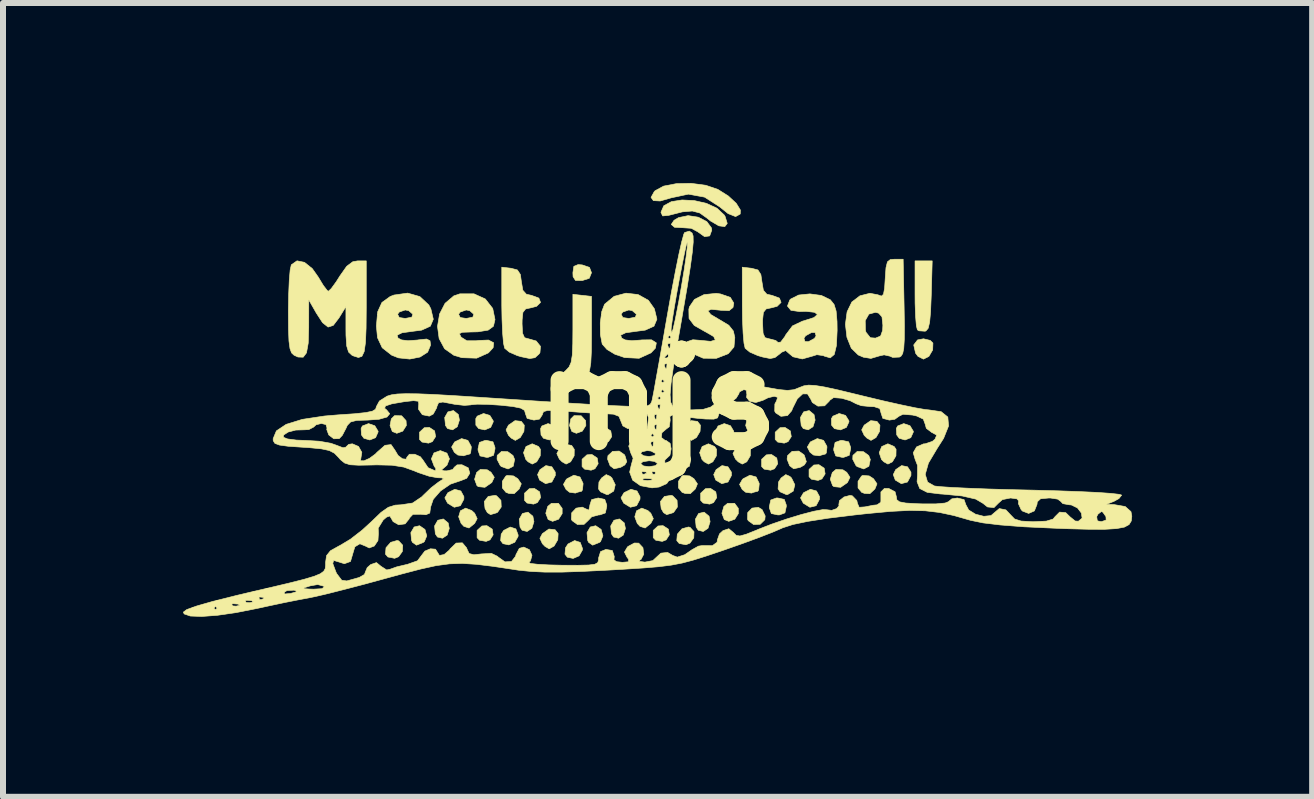
<source format=kicad_pcb>
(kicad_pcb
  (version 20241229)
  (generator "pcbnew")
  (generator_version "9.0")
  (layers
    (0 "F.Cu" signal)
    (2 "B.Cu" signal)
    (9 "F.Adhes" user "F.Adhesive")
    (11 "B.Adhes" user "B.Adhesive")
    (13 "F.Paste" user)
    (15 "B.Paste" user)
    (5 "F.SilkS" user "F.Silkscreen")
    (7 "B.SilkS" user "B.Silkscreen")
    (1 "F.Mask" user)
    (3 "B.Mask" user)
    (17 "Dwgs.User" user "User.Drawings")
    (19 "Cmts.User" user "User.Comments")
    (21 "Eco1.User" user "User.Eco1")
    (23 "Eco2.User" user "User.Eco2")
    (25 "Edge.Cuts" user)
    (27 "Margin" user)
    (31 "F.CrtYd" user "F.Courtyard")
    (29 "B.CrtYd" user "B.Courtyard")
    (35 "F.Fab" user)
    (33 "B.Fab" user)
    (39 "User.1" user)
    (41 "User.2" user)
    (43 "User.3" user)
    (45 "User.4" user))
  (footprint "mjs"
    (layer "F.Cu")
    (at 7.907 3.611)
    (property "Reference" "mjs" (at 0 0 0) (layer "F.SilkS") (effects (font (size 1.524 1.524) (thickness 0.3))))
    (attr through_hole)
    (fp_poly (pts (xy -4.265 0.267) (xy -4.191 0.348) (xy -4.186 0.429) (xy -4.246 0.523) (xy -4.345 0.559) (xy -4.42 0.529) (xy -4.458 0.43) (xy -4.437 0.319) (xy -4.383 0.265) (xy -4.265 0.267)) (stroke (width 0.01) (type solid)) (fill yes) (layer "F.SilkS"))
    (fp_poly (pts (xy -3.715 0.519) (xy -3.699 0.614) (xy -3.753 0.698) (xy -3.817 0.723) (xy -3.925 0.705) (xy -3.967 0.661) (xy -3.967 0.541) (xy -3.887 0.466) (xy -3.803 0.461) (xy -3.715 0.519)) (stroke (width 0.01) (type solid)) (fill yes) (layer "F.SilkS"))
    (fp_poly (pts (xy -3.489 2.053) (xy -3.471 2.145) (xy -3.506 2.255) (xy -3.585 2.307) (xy -3.668 2.287) (xy -3.703 2.234) (xy -3.716 2.103) (xy -3.662 2.008) (xy -3.57 1.986) (xy -3.489 2.053)) (stroke (width 0.01) (type solid)) (fill yes) (layer "F.SilkS"))
    (fp_poly (pts (xy -3.319 0.247) (xy -3.302 0.339) (xy -3.337 0.449) (xy -3.415 0.501) (xy -3.499 0.48) (xy -3.534 0.428) (xy -3.547 0.296) (xy -3.493 0.202) (xy -3.401 0.18) (xy -3.319 0.247)) (stroke (width 0.01) (type solid)) (fill yes) (layer "F.SilkS"))
    (fp_poly (pts (xy -2.755 2.156) (xy -2.74 2.251) (xy -2.793 2.335) (xy -2.857 2.36) (xy -2.966 2.341) (xy -3.007 2.298) (xy -3.007 2.177) (xy -2.927 2.103) (xy -2.844 2.098) (xy -2.755 2.156)) (stroke (width 0.01) (type solid)) (fill yes) (layer "F.SilkS"))
    (fp_poly (pts (xy -2.078 1.941) (xy -2.06 2.032) (xy -2.095 2.142) (xy -2.174 2.195) (xy -2.257 2.174) (xy -2.292 2.121) (xy -2.305 1.99) (xy -2.251 1.895) (xy -2.159 1.873) (xy -2.078 1.941)) (stroke (width 0.01) (type solid)) (fill yes) (layer "F.SilkS"))
    (fp_poly (pts (xy -1.965 1.535) (xy -1.949 1.63) (xy -2.003 1.714) (xy -2.067 1.739) (xy -2.175 1.721) (xy -2.217 1.677) (xy -2.217 1.557) (xy -2.137 1.482) (xy -2.053 1.477) (xy -1.965 1.535)) (stroke (width 0.01) (type solid)) (fill yes) (layer "F.SilkS"))
    (fp_poly (pts (xy -1.762 1.117) (xy -1.705 1.206) (xy -1.704 1.262) (xy -1.762 1.371) (xy -1.866 1.398) (xy -1.966 1.338) (xy -2 1.247) (xy -1.959 1.164) (xy -1.861 1.097) (xy -1.762 1.117)) (stroke (width 0.01) (type solid)) (fill yes) (layer "F.SilkS"))
    (fp_poly (pts (xy -1.59 1.809) (xy -1.59 1.898) (xy -1.65 1.991) (xy -1.749 2.026) (xy -1.823 1.996) (xy -1.863 1.891) (xy -1.83 1.777) (xy -1.769 1.726) (xy -1.653 1.725) (xy -1.59 1.809)) (stroke (width 0.01) (type solid)) (fill yes) (layer "F.SilkS"))
    (fp_poly (pts (xy -1.273 0.267) (xy -1.199 0.348) (xy -1.195 0.429) (xy -1.254 0.523) (xy -1.353 0.559) (xy -1.428 0.529) (xy -1.467 0.43) (xy -1.446 0.319) (xy -1.392 0.265) (xy -1.273 0.267)) (stroke (width 0.01) (type solid)) (fill yes) (layer "F.SilkS"))
    (fp_poly (pts (xy -1.006 0.971) (xy -0.99 1.066) (xy -1.044 1.15) (xy -1.108 1.174) (xy -1.216 1.156) (xy -1.258 1.113) (xy -1.258 0.992) (xy -1.177 0.918) (xy -1.094 0.912) (xy -1.006 0.971)) (stroke (width 0.01) (type solid)) (fill yes) (layer "F.SilkS"))
    (fp_poly (pts (xy -0.78 0.519) (xy -0.764 0.614) (xy -0.818 0.698) (xy -0.882 0.723) (xy -0.99 0.705) (xy -1.032 0.661) (xy -1.032 0.541) (xy -0.952 0.466) (xy -0.868 0.461) (xy -0.78 0.519)) (stroke (width 0.01) (type solid)) (fill yes) (layer "F.SilkS"))
    (fp_poly (pts (xy -0.554 2.053) (xy -0.536 2.145) (xy -0.571 2.255) (xy -0.65 2.307) (xy -0.733 2.287) (xy -0.768 2.234) (xy -0.781 2.103) (xy -0.727 2.008) (xy -0.635 1.986) (xy -0.554 2.053)) (stroke (width 0.01) (type solid)) (fill yes) (layer "F.SilkS"))
    (fp_poly (pts (xy 0.18 2.156) (xy 0.196 2.251) (xy 0.142 2.335) (xy 0.078 2.36) (xy -0.03 2.341) (xy -0.072 2.298) (xy -0.072 2.177) (xy 0.008 2.103) (xy 0.091 2.098) (xy 0.18 2.156)) (stroke (width 0.01) (type solid)) (fill yes) (layer "F.SilkS"))
    (fp_poly (pts (xy 0.858 1.941) (xy 0.875 2.032) (xy 0.84 2.142) (xy 0.761 2.195) (xy 0.678 2.174) (xy 0.643 2.121) (xy 0.63 1.99) (xy 0.684 1.895) (xy 0.776 1.873) (xy 0.858 1.941)) (stroke (width 0.01) (type solid)) (fill yes) (layer "F.SilkS"))
    (fp_poly (pts (xy 0.97 1.535) (xy 0.986 1.63) (xy 0.932 1.714) (xy 0.868 1.739) (xy 0.76 1.721) (xy 0.718 1.677) (xy 0.718 1.557) (xy 0.798 1.482) (xy 0.882 1.477) (xy 0.97 1.535)) (stroke (width 0.01) (type solid)) (fill yes) (layer "F.SilkS"))
    (fp_poly (pts (xy 1.173 1.117) (xy 1.23 1.206) (xy 1.231 1.262) (xy 1.173 1.371) (xy 1.07 1.398) (xy 0.969 1.338) (xy 0.935 1.247) (xy 0.976 1.164) (xy 1.074 1.097) (xy 1.173 1.117)) (stroke (width 0.01) (type solid)) (fill yes) (layer "F.SilkS"))
    (fp_poly (pts (xy 1.345 1.809) (xy 1.345 1.898) (xy 1.286 1.991) (xy 1.186 2.026) (xy 1.112 1.996) (xy 1.072 1.891) (xy 1.105 1.777) (xy 1.167 1.726) (xy 1.283 1.725) (xy 1.345 1.809)) (stroke (width 0.01) (type solid)) (fill yes) (layer "F.SilkS"))
    (fp_poly (pts (xy 1.662 0.267) (xy 1.736 0.348) (xy 1.741 0.429) (xy 1.681 0.523) (xy 1.582 0.559) (xy 1.507 0.529) (xy 1.468 0.43) (xy 1.49 0.319) (xy 1.543 0.265) (xy 1.662 0.267)) (stroke (width 0.01) (type solid)) (fill yes) (layer "F.SilkS"))
    (fp_poly (pts (xy 1.986 0.971) (xy 2.002 1.066) (xy 1.948 1.15) (xy 1.884 1.174) (xy 1.776 1.156) (xy 1.734 1.113) (xy 1.734 0.992) (xy 1.814 0.918) (xy 1.898 0.912) (xy 1.986 0.971)) (stroke (width 0.01) (type solid)) (fill yes) (layer "F.SilkS"))
    (fp_poly (pts (xy 2.212 0.519) (xy 2.228 0.614) (xy 2.174 0.698) (xy 2.11 0.723) (xy 2.002 0.705) (xy 1.96 0.661) (xy 1.96 0.541) (xy 2.04 0.466) (xy 2.123 0.461) (xy 2.212 0.519)) (stroke (width 0.01) (type solid)) (fill yes) (layer "F.SilkS"))
    (fp_poly (pts (xy 2.607 0.247) (xy 2.625 0.339) (xy 2.59 0.449) (xy 2.511 0.501) (xy 2.428 0.48) (xy 2.393 0.428) (xy 2.38 0.296) (xy 2.434 0.202) (xy 2.526 0.18) (xy 2.607 0.247)) (stroke (width 0.01) (type solid)) (fill yes) (layer "F.SilkS"))
    (fp_poly (pts (xy 2.776 1.14) (xy 2.792 1.235) (xy 2.738 1.319) (xy 2.674 1.344) (xy 2.566 1.325) (xy 2.524 1.282) (xy 2.524 1.161) (xy 2.604 1.087) (xy 2.688 1.082) (xy 2.776 1.14)) (stroke (width 0.01) (type solid)) (fill yes) (layer "F.SilkS"))
    (fp_poly (pts (xy 4.165 1.117) (xy 4.222 1.206) (xy 4.222 1.262) (xy 4.164 1.371) (xy 4.061 1.398) (xy 3.961 1.338) (xy 3.927 1.247) (xy 3.968 1.164) (xy 4.066 1.097) (xy 4.165 1.117)) (stroke (width 0.01) (type solid)) (fill yes) (layer "F.SilkS"))
    (fp_poly (pts (xy -4.712 0.433) (xy -4.657 0.524) (xy -4.657 0.537) (xy -4.699 0.632) (xy -4.795 0.67) (xy -4.893 0.642) (xy -4.934 0.586) (xy -4.94 0.479) (xy -4.919 0.437) (xy -4.816 0.397) (xy -4.712 0.433)) (stroke (width 0.01) (type solid)) (fill yes) (layer "F.SilkS"))
    (fp_poly (pts (xy -4.313 2.352) (xy -4.247 2.424) (xy -4.252 2.527) (xy -4.315 2.615) (xy -4.381 2.642) (xy -4.493 2.62) (xy -4.534 2.573) (xy -4.525 2.465) (xy -4.447 2.376) (xy -4.34 2.345) (xy -4.313 2.352)) (stroke (width 0.01) (type solid)) (fill yes) (layer "F.SilkS"))
    (fp_poly (pts (xy -3.876 2.161) (xy -3.846 2.268) (xy -3.886 2.364) (xy -3.903 2.377) (xy -4.017 2.423) (xy -4.085 2.375) (xy -4.1 2.342) (xy -4.111 2.214) (xy -4.056 2.12) (xy -3.966 2.099) (xy -3.876 2.161)) (stroke (width 0.01) (type solid)) (fill yes) (layer "F.SilkS"))
    (fp_poly (pts (xy -3.097 1.846) (xy -3.048 1.891) (xy -3.006 1.981) (xy -3.048 2.06) (xy -3.142 2.137) (xy -3.228 2.109) (xy -3.273 2.061) (xy -3.315 1.95) (xy -3.285 1.85) (xy -3.198 1.806) (xy -3.097 1.846)) (stroke (width 0.01) (type solid)) (fill yes) (layer "F.SilkS"))
    (fp_poly (pts (xy -2.795 0.261) (xy -2.739 0.351) (xy -2.738 0.368) (xy -2.781 0.461) (xy -2.879 0.502) (xy -2.98 0.481) (xy -3.028 0.423) (xy -3.029 0.314) (xy -3.005 0.273) (xy -2.9 0.229) (xy -2.795 0.261)) (stroke (width 0.01) (type solid)) (fill yes) (layer "F.SilkS"))
    (fp_poly (pts (xy -2.497 0.865) (xy -2.409 0.929) (xy -2.382 0.995) (xy -2.405 1.108) (xy -2.491 1.153) (xy -2.601 1.114) (xy -2.621 1.097) (xy -2.675 0.992) (xy -2.672 0.927) (xy -2.6 0.861) (xy -2.497 0.865)) (stroke (width 0.01) (type solid)) (fill yes) (layer "F.SilkS"))
    (fp_poly (pts (xy -2.361 2.152) (xy -2.323 2.254) (xy -2.325 2.279) (xy -2.38 2.375) (xy -2.479 2.418) (xy -2.576 2.398) (xy -2.615 2.347) (xy -2.606 2.241) (xy -2.564 2.177) (xy -2.454 2.121) (xy -2.361 2.152)) (stroke (width 0.01) (type solid)) (fill yes) (layer "F.SilkS"))
    (fp_poly (pts (xy -1.72 0.433) (xy -1.666 0.524) (xy -1.665 0.537) (xy -1.708 0.632) (xy -1.803 0.67) (xy -1.901 0.642) (xy -1.942 0.586) (xy -1.949 0.479) (xy -1.927 0.437) (xy -1.825 0.397) (xy -1.72 0.433)) (stroke (width 0.01) (type solid)) (fill yes) (layer "F.SilkS"))
    (fp_poly (pts (xy -1.431 0.762) (xy -1.388 0.826) (xy -1.39 0.934) (xy -1.449 1.034) (xy -1.524 1.072) (xy -1.591 1.034) (xy -1.637 0.988) (xy -1.679 0.897) (xy -1.637 0.818) (xy -1.528 0.741) (xy -1.431 0.762)) (stroke (width 0.01) (type solid)) (fill yes) (layer "F.SilkS"))
    (fp_poly (pts (xy -1.289 2.377) (xy -1.251 2.479) (xy -1.253 2.505) (xy -1.308 2.601) (xy -1.407 2.644) (xy -1.504 2.623) (xy -1.543 2.573) (xy -1.534 2.467) (xy -1.492 2.403) (xy -1.382 2.346) (xy -1.289 2.377)) (stroke (width 0.01) (type solid)) (fill yes) (layer "F.SilkS"))
    (fp_poly (pts (xy -1.256 -2.247) (xy -1.135 -2.206) (xy -1.101 -2.117) (xy -1.138 -2.024) (xy -1.256 -1.986) (xy -1.368 -1.988) (xy -1.408 -2.051) (xy -1.411 -2.117) (xy -1.395 -2.223) (xy -1.325 -2.252) (xy -1.256 -2.247)) (stroke (width 0.01) (type solid)) (fill yes) (layer "F.SilkS"))
    (fp_poly (pts (xy -0.941 2.161) (xy -0.911 2.268) (xy -0.951 2.364) (xy -0.968 2.377) (xy -1.082 2.423) (xy -1.15 2.375) (xy -1.165 2.342) (xy -1.176 2.214) (xy -1.121 2.12) (xy -1.031 2.099) (xy -0.941 2.161)) (stroke (width 0.01) (type solid)) (fill yes) (layer "F.SilkS"))
    (fp_poly (pts (xy -0.162 1.846) (xy -0.113 1.891) (xy -0.071 1.981) (xy -0.113 2.06) (xy -0.207 2.137) (xy -0.293 2.109) (xy -0.338 2.061) (xy -0.38 1.95) (xy -0.35 1.85) (xy -0.263 1.806) (xy -0.162 1.846)) (stroke (width 0.01) (type solid)) (fill yes) (layer "F.SilkS"))
    (fp_poly (pts (xy 0.438 0.865) (xy 0.527 0.929) (xy 0.553 0.995) (xy 0.53 1.108) (xy 0.444 1.153) (xy 0.334 1.114) (xy 0.314 1.097) (xy 0.26 0.992) (xy 0.264 0.927) (xy 0.335 0.861) (xy 0.438 0.865)) (stroke (width 0.01) (type solid)) (fill yes) (layer "F.SilkS"))
    (fp_poly (pts (xy 0.541 2.126) (xy 0.607 2.198) (xy 0.603 2.301) (xy 0.539 2.389) (xy 0.473 2.416) (xy 0.361 2.395) (xy 0.32 2.347) (xy 0.329 2.24) (xy 0.407 2.15) (xy 0.514 2.12) (xy 0.541 2.126)) (stroke (width 0.01) (type solid)) (fill yes) (layer "F.SilkS"))
    (fp_poly (pts (xy 1.215 0.433) (xy 1.269 0.524) (xy 1.27 0.537) (xy 1.227 0.632) (xy 1.132 0.67) (xy 1.034 0.642) (xy 0.993 0.586) (xy 0.986 0.479) (xy 1.008 0.437) (xy 1.111 0.397) (xy 1.215 0.433)) (stroke (width 0.01) (type solid)) (fill yes) (layer "F.SilkS"))
    (fp_poly (pts (xy 1.504 0.762) (xy 1.547 0.826) (xy 1.545 0.934) (xy 1.486 1.034) (xy 1.411 1.072) (xy 1.344 1.034) (xy 1.298 0.988) (xy 1.256 0.897) (xy 1.298 0.818) (xy 1.407 0.741) (xy 1.504 0.762)) (stroke (width 0.01) (type solid)) (fill yes) (layer "F.SilkS"))
    (fp_poly (pts (xy 1.741 1.83) (xy 1.793 1.936) (xy 1.787 1.999) (xy 1.71 2.075) (xy 1.6 2.079) (xy 1.511 2.015) (xy 1.499 1.991) (xy 1.502 1.88) (xy 1.575 1.805) (xy 1.679 1.793) (xy 1.741 1.83)) (stroke (width 0.01) (type solid)) (fill yes) (layer "F.SilkS"))
    (fp_poly (pts (xy 3.132 0.261) (xy 3.188 0.351) (xy 3.189 0.368) (xy 3.146 0.461) (xy 3.048 0.502) (xy 2.947 0.481) (xy 2.899 0.423) (xy 2.897 0.314) (xy 2.922 0.273) (xy 3.026 0.229) (xy 3.132 0.261)) (stroke (width 0.01) (type solid)) (fill yes) (layer "F.SilkS"))
    (fp_poly (pts (xy 3.43 0.865) (xy 3.518 0.929) (xy 3.545 0.995) (xy 3.521 1.108) (xy 3.436 1.153) (xy 3.326 1.114) (xy 3.306 1.097) (xy 3.252 0.992) (xy 3.255 0.927) (xy 3.327 0.861) (xy 3.43 0.865)) (stroke (width 0.01) (type solid)) (fill yes) (layer "F.SilkS"))
    (fp_poly (pts (xy 4.206 0.433) (xy 4.261 0.524) (xy 4.262 0.537) (xy 4.219 0.632) (xy 4.124 0.67) (xy 4.026 0.642) (xy 3.985 0.586) (xy 3.978 0.479) (xy 4 0.437) (xy 4.102 0.397) (xy 4.206 0.433)) (stroke (width 0.01) (type solid)) (fill yes) (layer "F.SilkS"))
    (fp_poly (pts (xy 4.543 -0.989) (xy 4.588 -0.945) (xy 4.584 -0.83) (xy 4.521 -0.723) (xy 4.431 -0.677) (xy 4.34 -0.722) (xy 4.299 -0.776) (xy 4.268 -0.913) (xy 4.332 -0.997) (xy 4.431 -1.016) (xy 4.543 -0.989)) (stroke (width 0.01) (type solid)) (fill yes) (layer "F.SilkS"))
    (fp_poly (pts (xy -3.278 1.52) (xy -3.227 1.615) (xy -3.228 1.658) (xy -3.286 1.766) (xy -3.388 1.791) (xy -3.498 1.724) (xy -3.5 1.721) (xy -3.545 1.635) (xy -3.497 1.553) (xy -3.491 1.547) (xy -3.379 1.492) (xy -3.278 1.52)) (stroke (width 0.01) (type solid)) (fill yes) (layer "F.SilkS"))
    (fp_poly (pts (xy -2.838 1.167) (xy -2.775 1.209) (xy -2.721 1.292) (xy -2.761 1.377) (xy -2.763 1.38) (xy -2.877 1.459) (xy -2.987 1.448) (xy -3.01 1.43) (xy -3.049 1.325) (xy -3.015 1.212) (xy -2.953 1.161) (xy -2.838 1.167)) (stroke (width 0.01) (type solid)) (fill yes) (layer "F.SilkS"))
    (fp_poly (pts (xy -2.682 1.601) (xy -2.61 1.677) (xy -2.605 1.787) (xy -2.666 1.875) (xy -2.686 1.885) (xy -2.783 1.914) (xy -2.836 1.881) (xy -2.875 1.812) (xy -2.888 1.696) (xy -2.822 1.611) (xy -2.708 1.593) (xy -2.682 1.601)) (stroke (width 0.01) (type solid)) (fill yes) (layer "F.SilkS"))
    (fp_poly (pts (xy -2.271 0.36) (xy -2.221 0.424) (xy -2.227 0.527) (xy -2.288 0.63) (xy -2.37 0.677) (xy -2.371 0.677) (xy -2.438 0.639) (xy -2.484 0.593) (xy -2.525 0.502) (xy -2.484 0.423) (xy -2.375 0.348) (xy -2.271 0.36)) (stroke (width 0.01) (type solid)) (fill yes) (layer "F.SilkS"))
    (fp_poly (pts (xy -1.984 0.779) (xy -1.952 0.826) (xy -1.955 0.934) (xy -2.014 1.034) (xy -2.088 1.072) (xy -2.157 1.034) (xy -2.195 0.995) (xy -2.234 0.882) (xy -2.192 0.779) (xy -2.09 0.734) (xy -2.088 0.734) (xy -1.984 0.779)) (stroke (width 0.01) (type solid)) (fill yes) (layer "F.SilkS"))
    (fp_poly (pts (xy -1.707 2.166) (xy -1.657 2.23) (xy -1.663 2.333) (xy -1.724 2.437) (xy -1.806 2.484) (xy -1.806 2.484) (xy -1.874 2.445) (xy -1.919 2.399) (xy -1.961 2.309) (xy -1.919 2.23) (xy -1.81 2.154) (xy -1.707 2.166)) (stroke (width 0.01) (type solid)) (fill yes) (layer "F.SilkS"))
    (fp_poly (pts (xy -0.787 1.278) (xy -0.76 1.304) (xy -0.705 1.416) (xy -0.731 1.522) (xy -0.824 1.579) (xy -0.847 1.58) (xy -0.951 1.534) (xy -0.984 1.486) (xy -0.977 1.371) (xy -0.933 1.304) (xy -0.856 1.247) (xy -0.787 1.278)) (stroke (width 0.01) (type solid)) (fill yes) (layer "F.SilkS"))
    (fp_poly (pts (xy -0.552 0.916) (xy -0.542 0.936) (xy -0.513 1.033) (xy -0.546 1.086) (xy -0.615 1.126) (xy -0.724 1.15) (xy -0.791 1.1) (xy -0.833 0.99) (xy -0.827 0.932) (xy -0.75 0.86) (xy -0.64 0.855) (xy -0.552 0.916)) (stroke (width 0.01) (type solid)) (fill yes) (layer "F.SilkS"))
    (fp_poly (pts (xy -0.343 1.52) (xy -0.292 1.615) (xy -0.293 1.658) (xy -0.35 1.766) (xy -0.453 1.791) (xy -0.563 1.724) (xy -0.565 1.721) (xy -0.61 1.635) (xy -0.562 1.553) (xy -0.556 1.547) (xy -0.444 1.492) (xy -0.343 1.52)) (stroke (width 0.01) (type solid)) (fill yes) (layer "F.SilkS"))
    (fp_poly (pts (xy 0.253 1.601) (xy 0.325 1.677) (xy 0.33 1.787) (xy 0.269 1.875) (xy 0.249 1.885) (xy 0.152 1.914) (xy 0.099 1.881) (xy 0.06 1.812) (xy 0.047 1.696) (xy 0.114 1.611) (xy 0.227 1.593) (xy 0.253 1.601)) (stroke (width 0.01) (type solid)) (fill yes) (layer "F.SilkS"))
    (fp_poly (pts (xy 0.664 0.36) (xy 0.714 0.424) (xy 0.708 0.527) (xy 0.647 0.63) (xy 0.565 0.677) (xy 0.564 0.677) (xy 0.497 0.639) (xy 0.452 0.593) (xy 0.41 0.502) (xy 0.452 0.423) (xy 0.561 0.348) (xy 0.664 0.36)) (stroke (width 0.01) (type solid)) (fill yes) (layer "F.SilkS"))
    (fp_poly (pts (xy 0.951 0.779) (xy 0.983 0.826) (xy 0.98 0.934) (xy 0.921 1.034) (xy 0.847 1.072) (xy 0.778 1.034) (xy 0.74 0.995) (xy 0.701 0.882) (xy 0.743 0.779) (xy 0.846 0.734) (xy 0.847 0.734) (xy 0.951 0.779)) (stroke (width 0.01) (type solid)) (fill yes) (layer "F.SilkS"))
    (fp_poly (pts (xy 2.205 1.278) (xy 2.232 1.304) (xy 2.287 1.416) (xy 2.261 1.522) (xy 2.168 1.579) (xy 2.145 1.58) (xy 2.041 1.534) (xy 2.008 1.486) (xy 2.015 1.371) (xy 2.058 1.304) (xy 2.136 1.247) (xy 2.205 1.278)) (stroke (width 0.01) (type solid)) (fill yes) (layer "F.SilkS"))
    (fp_poly (pts (xy 2.439 0.916) (xy 2.449 0.936) (xy 2.479 1.033) (xy 2.446 1.086) (xy 2.377 1.126) (xy 2.268 1.15) (xy 2.201 1.1) (xy 2.158 0.99) (xy 2.165 0.932) (xy 2.241 0.86) (xy 2.352 0.855) (xy 2.439 0.916)) (stroke (width 0.01) (type solid)) (fill yes) (layer "F.SilkS"))
    (fp_poly (pts (xy 2.648 1.52) (xy 2.699 1.615) (xy 2.698 1.658) (xy 2.641 1.766) (xy 2.538 1.791) (xy 2.429 1.724) (xy 2.427 1.721) (xy 2.382 1.635) (xy 2.43 1.553) (xy 2.436 1.547) (xy 2.547 1.492) (xy 2.648 1.52)) (stroke (width 0.01) (type solid)) (fill yes) (layer "F.SilkS"))
    (fp_poly (pts (xy 3.088 1.167) (xy 3.152 1.209) (xy 3.206 1.292) (xy 3.165 1.377) (xy 3.163 1.38) (xy 3.05 1.459) (xy 2.939 1.448) (xy 2.916 1.43) (xy 2.878 1.325) (xy 2.912 1.212) (xy 2.973 1.161) (xy 3.088 1.167)) (stroke (width 0.01) (type solid)) (fill yes) (layer "F.SilkS"))
    (fp_poly (pts (xy 3.655 0.36) (xy 3.705 0.424) (xy 3.699 0.527) (xy 3.639 0.63) (xy 3.556 0.677) (xy 3.556 0.677) (xy 3.489 0.639) (xy 3.443 0.593) (xy 3.401 0.502) (xy 3.443 0.423) (xy 3.552 0.348) (xy 3.655 0.36)) (stroke (width 0.01) (type solid)) (fill yes) (layer "F.SilkS"))
    (fp_poly (pts (xy 3.942 0.779) (xy 3.974 0.826) (xy 3.972 0.934) (xy 3.913 1.034) (xy 3.838 1.072) (xy 3.77 1.034) (xy 3.731 0.995) (xy 3.693 0.882) (xy 3.735 0.779) (xy 3.837 0.734) (xy 3.838 0.734) (xy 3.942 0.779)) (stroke (width 0.01) (type solid)) (fill yes) (layer "F.SilkS"))
    (fp_poly (pts (xy -2.743 0.701) (xy -2.71 0.792) (xy -2.709 0.818) (xy -2.733 0.926) (xy -2.824 0.959) (xy -2.85 0.96) (xy -2.958 0.936) (xy -2.991 0.844) (xy -2.992 0.818) (xy -2.968 0.711) (xy -2.876 0.678) (xy -2.85 0.677) (xy -2.743 0.701)) (stroke (width 0.01) (type solid)) (fill yes) (layer "F.SilkS"))
    (fp_poly (pts (xy -2.401 1.269) (xy -2.329 1.316) (xy -2.271 1.401) (xy -2.304 1.483) (xy -2.312 1.493) (xy -2.39 1.565) (xy -2.477 1.561) (xy -2.526 1.543) (xy -2.587 1.469) (xy -2.587 1.359) (xy -2.529 1.272) (xy -2.507 1.261) (xy -2.401 1.269)) (stroke (width 0.01) (type solid)) (fill yes) (layer "F.SilkS"))
    (fp_poly (pts (xy 0.535 1.269) (xy 0.606 1.316) (xy 0.664 1.401) (xy 0.631 1.483) (xy 0.623 1.493) (xy 0.545 1.565) (xy 0.458 1.561) (xy 0.409 1.543) (xy 0.348 1.469) (xy 0.348 1.359) (xy 0.406 1.272) (xy 0.428 1.261) (xy 0.535 1.269)) (stroke (width 0.01) (type solid)) (fill yes) (layer "F.SilkS"))
    (fp_poly (pts (xy 2.111 1.66) (xy 2.144 1.752) (xy 2.145 1.778) (xy 2.122 1.885) (xy 2.03 1.919) (xy 2.004 1.919) (xy 1.896 1.896) (xy 1.863 1.804) (xy 1.863 1.778) (xy 1.886 1.671) (xy 1.978 1.637) (xy 2.004 1.637) (xy 2.111 1.66)) (stroke (width 0.01) (type solid)) (fill yes) (layer "F.SilkS"))
    (fp_poly (pts (xy 3.184 0.701) (xy 3.217 0.792) (xy 3.217 0.818) (xy 3.194 0.926) (xy 3.102 0.959) (xy 3.076 0.96) (xy 2.969 0.936) (xy 2.936 0.844) (xy 2.935 0.818) (xy 2.958 0.711) (xy 3.05 0.678) (xy 3.076 0.677) (xy 3.184 0.701)) (stroke (width 0.01) (type solid)) (fill yes) (layer "F.SilkS"))
    (fp_poly (pts (xy 3.526 1.269) (xy 3.598 1.316) (xy 3.656 1.401) (xy 3.623 1.483) (xy 3.615 1.493) (xy 3.537 1.565) (xy 3.45 1.561) (xy 3.401 1.543) (xy 3.34 1.469) (xy 3.34 1.359) (xy 3.398 1.272) (xy 3.419 1.261) (xy 3.526 1.269)) (stroke (width 0.01) (type solid)) (fill yes) (layer "F.SilkS"))
    (fp_poly (pts (xy -3.161 0.677) (xy -3.106 0.776) (xy -3.104 0.796) (xy -3.115 0.885) (xy -3.128 0.903) (xy -3.195 0.921) (xy -3.232 0.934) (xy -3.329 0.921) (xy -3.387 0.875) (xy -3.432 0.788) (xy -3.384 0.707) (xy -3.378 0.701) (xy -3.266 0.647) (xy -3.161 0.677)) (stroke (width 0.01) (type solid)) (fill yes) (layer "F.SilkS"))
    (fp_poly (pts (xy -1.293 1.287) (xy -1.242 1.392) (xy -1.242 1.409) (xy -1.252 1.502) (xy -1.265 1.524) (xy -1.332 1.541) (xy -1.369 1.555) (xy -1.466 1.542) (xy -1.524 1.496) (xy -1.569 1.411) (xy -1.523 1.33) (xy -1.509 1.316) (xy -1.395 1.257) (xy -1.293 1.287)) (stroke (width 0.01) (type solid)) (fill yes) (layer "F.SilkS"))
    (fp_poly (pts (xy 1.642 1.287) (xy 1.693 1.392) (xy 1.693 1.409) (xy 1.684 1.502) (xy 1.67 1.524) (xy 1.603 1.541) (xy 1.566 1.555) (xy 1.469 1.542) (xy 1.411 1.496) (xy 1.366 1.411) (xy 1.412 1.33) (xy 1.426 1.316) (xy 1.54 1.257) (xy 1.642 1.287)) (stroke (width 0.01) (type solid)) (fill yes) (layer "F.SilkS"))
    (fp_poly (pts (xy 2.766 0.677) (xy 2.821 0.776) (xy 2.822 0.796) (xy 2.812 0.885) (xy 2.799 0.903) (xy 2.732 0.921) (xy 2.695 0.934) (xy 2.598 0.921) (xy 2.54 0.875) (xy 2.495 0.788) (xy 2.543 0.707) (xy 2.549 0.701) (xy 2.661 0.647) (xy 2.766 0.677)) (stroke (width 0.01) (type solid)) (fill yes) (layer "F.SilkS"))
    (fp_poly (pts (xy 4.56 -1.736) (xy 4.549 -1.467) (xy 4.533 -1.291) (xy 4.509 -1.191) (xy 4.472 -1.147) (xy 4.456 -1.142) (xy 4.356 -1.149) (xy 4.329 -1.165) (xy 4.312 -1.235) (xy 4.299 -1.391) (xy 4.291 -1.608) (xy 4.29 -1.759) (xy 4.29 -2.314) (xy 4.576 -2.314) (xy 4.56 -1.736)) (stroke (width 0.01) (type solid)) (fill yes) (layer "F.SilkS"))
    (fp_poly (pts (xy 0.678 -3.042) (xy 0.82 -2.969) (xy 0.898 -2.863) (xy 0.903 -2.825) (xy 0.868 -2.73) (xy 0.783 -2.718) (xy 0.68 -2.791) (xy 0.676 -2.795) (xy 0.562 -2.857) (xy 0.429 -2.866) (xy 0.282 -2.874) (xy 0.228 -2.921) (xy 0.275 -2.991) (xy 0.35 -3.035) (xy 0.509 -3.068) (xy 0.678 -3.042)) (stroke (width 0.01) (type solid)) (fill yes) (layer "F.SilkS"))
    (fp_poly (pts (xy -1.101 -1.722) (xy -1.101 -1.092) (xy -1.103 -0.808) (xy -1.113 -0.612) (xy -1.134 -0.483) (xy -1.168 -0.398) (xy -1.208 -0.344) (xy -1.351 -0.243) (xy -1.49 -0.242) (xy -1.578 -0.307) (xy -1.61 -0.384) (xy -1.556 -0.464) (xy -1.528 -0.489) (xy -1.475 -0.546) (xy -1.441 -0.623) (xy -1.421 -0.744) (xy -1.413 -0.933) (xy -1.411 -1.173) (xy -1.411 -1.757) (xy -1.101 -1.722)) (stroke (width 0.01) (type solid)) (fill yes) (layer "F.SilkS"))
    (fp_poly (pts (xy 0.611 -3.319) (xy 0.813 -3.273) (xy 0.989 -3.192) (xy 1.111 -3.078) (xy 1.125 -3.055) (xy 1.161 -2.938) (xy 1.12 -2.885) (xy 1.021 -2.898) (xy 0.882 -2.979) (xy 0.823 -3.027) (xy 0.704 -3.112) (xy 0.579 -3.145) (xy 0.414 -3.131) (xy 0.183 -3.072) (xy 0.084 -3.063) (xy 0.056 -3.124) (xy 0.104 -3.233) (xy 0.23 -3.301) (xy 0.408 -3.329) (xy 0.611 -3.319)) (stroke (width 0.01) (type solid)) (fill yes) (layer "F.SilkS"))
    (fp_poly (pts (xy 0.802 -3.574) (xy 1.003 -3.506) (xy 1.178 -3.396) (xy 1.311 -3.273) (xy 1.38 -3.161) (xy 1.377 -3.095) (xy 1.3 -3.052) (xy 1.175 -3.102) (xy 1.033 -3.216) (xy 0.784 -3.376) (xy 0.514 -3.426) (xy 0.224 -3.364) (xy 0.218 -3.362) (xy 0.044 -3.312) (xy -0.07 -3.318) (xy -0.109 -3.372) (xy -0.056 -3.467) (xy -0.041 -3.483) (xy 0.101 -3.56) (xy 0.313 -3.601) (xy 0.559 -3.606) (xy 0.802 -3.574)) (stroke (width 0.01) (type solid)) (fill yes) (layer "F.SilkS"))
    (fp_poly (pts (xy -0.88 1.66) (xy -0.847 1.752) (xy -0.847 1.778) (xy -0.87 1.886) (xy -0.962 1.919) (xy -0.982 1.919) (xy -1.099 1.951) (xy -1.149 2.004) (xy -1.225 2.076) (xy -1.335 2.079) (xy -1.424 2.015) (xy -1.436 1.991) (xy -1.431 1.884) (xy -1.357 1.806) (xy -1.255 1.789) (xy -1.204 1.814) (xy -1.146 1.84) (xy -1.129 1.769) (xy -1.129 1.757) (xy -1.099 1.664) (xy -0.992 1.637) (xy -0.988 1.637) (xy -0.88 1.66)) (stroke (width 0.01) (type solid)) (fill yes) (layer "F.SilkS"))
    (fp_poly (pts (xy -2.441 -2.191) (xy -2.336 -2.163) (xy -2.286 -2.087) (xy -2.269 -1.965) (xy -2.245 -1.824) (xy -2.187 -1.759) (xy -2.099 -1.739) (xy -1.978 -1.694) (xy -1.95 -1.622) (xy -2.016 -1.557) (xy -2.103 -1.534) (xy -2.199 -1.513) (xy -2.244 -1.456) (xy -2.257 -1.332) (xy -2.258 -1.266) (xy -2.25 -1.108) (xy -2.217 -1.034) (xy -2.152 -1.016) (xy -2.022 -0.979) (xy -1.951 -0.89) (xy -1.96 -0.784) (xy -1.976 -0.762) (xy -2.043 -0.701) (xy -2.13 -0.687) (xy -2.273 -0.717) (xy -2.338 -0.736) (xy -2.471 -0.794) (xy -2.548 -0.858) (xy -2.567 -0.942) (xy -2.582 -1.112) (xy -2.592 -1.343) (xy -2.596 -1.57) (xy -2.596 -2.209) (xy -2.441 -2.191)) (stroke (width 0.01) (type solid)) (fill yes) (layer "F.SilkS"))
    (fp_poly (pts (xy 1.049 -1.763) (xy 1.212 -1.706) (xy 1.27 -1.611) (xy 1.257 -1.538) (xy 1.192 -1.485) (xy 1.048 -1.491) (xy 1.046 -1.492) (xy 0.891 -1.507) (xy 0.838 -1.481) (xy 0.887 -1.42) (xy 1.032 -1.334) (xy 1.187 -1.241) (xy 1.263 -1.145) (xy 1.287 -1.036) (xy 1.273 -0.879) (xy 1.181 -0.771) (xy 1.176 -0.767) (xy 0.979 -0.69) (xy 0.761 -0.692) (xy 0.57 -0.774) (xy 0.562 -0.781) (xy 0.472 -0.888) (xy 0.485 -0.966) (xy 0.588 -1) (xy 0.713 -0.99) (xy 0.885 -0.973) (xy 0.961 -0.996) (xy 0.936 -1.052) (xy 0.804 -1.129) (xy 0.795 -1.133) (xy 0.611 -1.238) (xy 0.524 -1.354) (xy 0.521 -1.506) (xy 0.53 -1.547) (xy 0.615 -1.672) (xy 0.774 -1.752) (xy 0.977 -1.773) (xy 1.049 -1.763)) (stroke (width 0.01) (type solid)) (fill yes) (layer "F.SilkS"))
    (fp_poly (pts (xy -3.059 -1.765) (xy -2.87 -1.679) (xy -2.747 -1.521) (xy -2.709 -1.336) (xy -2.735 -1.225) (xy -2.823 -1.16) (xy -2.994 -1.132) (xy -3.116 -1.129) (xy -3.256 -1.124) (xy -3.303 -1.101) (xy -3.277 -1.049) (xy -3.271 -1.041) (xy -3.178 -0.983) (xy -3.023 -0.983) (xy -2.988 -0.988) (xy -2.817 -0.995) (xy -2.731 -0.95) (xy -2.74 -0.867) (xy -2.819 -0.781) (xy -3.015 -0.693) (xy -3.26 -0.701) (xy -3.393 -0.74) (xy -3.549 -0.85) (xy -3.64 -1.02) (xy -3.667 -1.223) (xy -3.633 -1.425) (xy -3.316 -1.425) (xy -3.288 -1.37) (xy -3.189 -1.355) (xy -3.079 -1.376) (xy -3.062 -1.425) (xy -3.131 -1.485) (xy -3.189 -1.496) (xy -3.288 -1.462) (xy -3.316 -1.425) (xy -3.633 -1.425) (xy -3.633 -1.428) (xy -3.541 -1.607) (xy -3.395 -1.731) (xy -3.294 -1.765) (xy -3.059 -1.765)) (stroke (width 0.01) (type solid)) (fill yes) (layer "F.SilkS"))
    (fp_poly (pts (xy -3.961 -1.719) (xy -3.812 -1.58) (xy -3.778 -1.515) (xy -3.737 -1.342) (xy -3.786 -1.226) (xy -3.931 -1.16) (xy -4.084 -1.14) (xy -4.258 -1.116) (xy -4.34 -1.076) (xy -4.324 -1.027) (xy -4.265 -0.997) (xy -4.157 -0.984) (xy -4.001 -0.995) (xy -3.983 -0.998) (xy -3.849 -1.012) (xy -3.792 -0.984) (xy -3.782 -0.912) (xy -3.831 -0.793) (xy -3.958 -0.712) (xy -4.13 -0.678) (xy -4.318 -0.698) (xy -4.431 -0.743) (xy -4.588 -0.866) (xy -4.667 -1.035) (xy -4.685 -1.228) (xy -4.668 -1.425) (xy -4.332 -1.425) (xy -4.304 -1.37) (xy -4.205 -1.355) (xy -4.095 -1.376) (xy -4.078 -1.425) (xy -4.147 -1.485) (xy -4.205 -1.496) (xy -4.304 -1.462) (xy -4.332 -1.425) (xy -4.668 -1.425) (xy -4.664 -1.465) (xy -4.593 -1.621) (xy -4.456 -1.72) (xy -4.393 -1.745) (xy -4.164 -1.777) (xy -3.961 -1.719)) (stroke (width 0.01) (type solid)) (fill yes) (layer "F.SilkS"))
    (fp_poly (pts (xy -0.325 -1.753) (xy -0.153 -1.657) (xy -0.053 -1.515) (xy -0.011 -1.342) (xy -0.06 -1.226) (xy -0.206 -1.16) (xy -0.359 -1.14) (xy -0.532 -1.116) (xy -0.615 -1.076) (xy -0.598 -1.027) (xy -0.539 -0.997) (xy -0.43 -0.984) (xy -0.276 -0.995) (xy -0.264 -0.997) (xy -0.101 -0.999) (xy -0.021 -0.948) (xy -0.036 -0.86) (xy -0.11 -0.781) (xy -0.308 -0.691) (xy -0.549 -0.703) (xy -0.711 -0.758) (xy -0.843 -0.838) (xy -0.921 -0.926) (xy -0.923 -0.93) (xy -0.953 -1.086) (xy -0.955 -1.282) (xy -0.936 -1.425) (xy -0.607 -1.425) (xy -0.579 -1.37) (xy -0.48 -1.355) (xy -0.37 -1.376) (xy -0.353 -1.425) (xy -0.422 -1.485) (xy -0.48 -1.496) (xy -0.579 -1.462) (xy -0.607 -1.425) (xy -0.936 -1.425) (xy -0.931 -1.467) (xy -0.883 -1.592) (xy -0.883 -1.592) (xy -0.723 -1.724) (xy -0.526 -1.776) (xy -0.325 -1.753)) (stroke (width 0.01) (type solid)) (fill yes) (layer "F.SilkS"))
    (fp_poly (pts (xy 4.108 -1.545) (xy 4.113 -1.226) (xy 4.111 -1.002) (xy 4.102 -0.856) (xy 4.084 -0.769) (xy 4.055 -0.725) (xy 4.03 -0.711) (xy 3.917 -0.706) (xy 3.873 -0.726) (xy 3.775 -0.748) (xy 3.697 -0.731) (xy 3.555 -0.689) (xy 3.43 -0.709) (xy 3.344 -0.746) (xy 3.228 -0.859) (xy 3.155 -1.041) (xy 3.13 -1.256) (xy 3.138 -1.319) (xy 3.46 -1.319) (xy 3.463 -1.162) (xy 3.472 -1.126) (xy 3.545 -1.034) (xy 3.631 -1.027) (xy 3.716 -1.062) (xy 3.75 -1.156) (xy 3.754 -1.242) (xy 3.739 -1.381) (xy 3.684 -1.443) (xy 3.631 -1.457) (xy 3.521 -1.427) (xy 3.46 -1.319) (xy 3.138 -1.319) (xy 3.158 -1.466) (xy 3.237 -1.629) (xy 3.372 -1.732) (xy 3.538 -1.774) (xy 3.67 -1.749) (xy 3.73 -1.727) (xy 3.764 -1.757) (xy 3.783 -1.859) (xy 3.793 -2.017) (xy 3.806 -2.201) (xy 3.83 -2.298) (xy 3.878 -2.336) (xy 3.951 -2.342) (xy 4.092 -2.342) (xy 4.108 -1.545)) (stroke (width 0.01) (type solid)) (fill yes) (layer "F.SilkS"))
    (fp_poly (pts (xy -5.884 -2.29) (xy -5.753 -2.185) (xy -5.655 -2.046) (xy -5.571 -1.907) (xy -5.505 -1.821) (xy -5.485 -1.808) (xy -5.437 -1.853) (xy -5.354 -1.967) (xy -5.294 -2.062) (xy -5.18 -2.224) (xy -5.078 -2.3) (xy -4.998 -2.314) (xy -4.854 -2.314) (xy -4.854 -1.529) (xy -4.857 -1.192) (xy -4.867 -0.954) (xy -4.889 -0.802) (xy -4.927 -0.723) (xy -4.985 -0.704) (xy -5.067 -0.73) (xy -5.094 -0.743) (xy -5.149 -0.795) (xy -5.18 -0.896) (xy -5.192 -1.072) (xy -5.193 -1.173) (xy -5.193 -1.552) (xy -5.308 -1.365) (xy -5.404 -1.239) (xy -5.49 -1.211) (xy -5.582 -1.284) (xy -5.686 -1.444) (xy -5.812 -1.665) (xy -5.813 -1.205) (xy -5.821 -0.944) (xy -5.85 -0.782) (xy -5.905 -0.709) (xy -5.992 -0.712) (xy -6.057 -0.742) (xy -6.098 -0.78) (xy -6.125 -0.852) (xy -6.142 -0.977) (xy -6.15 -1.175) (xy -6.152 -1.466) (xy -6.152 -1.484) (xy -6.147 -1.757) (xy -6.137 -1.992) (xy -6.122 -2.164) (xy -6.103 -2.248) (xy -6.103 -2.249) (xy -6.008 -2.315) (xy -5.884 -2.29)) (stroke (width 0.01) (type solid)) (fill yes) (layer "F.SilkS"))
    (fp_poly (pts (xy 1.566 -2.191) (xy 1.672 -2.163) (xy 1.721 -2.087) (xy 1.739 -1.965) (xy 1.763 -1.824) (xy 1.82 -1.759) (xy 1.908 -1.739) (xy 2.03 -1.694) (xy 2.058 -1.622) (xy 1.992 -1.557) (xy 1.905 -1.534) (xy 1.809 -1.513) (xy 1.763 -1.456) (xy 1.75 -1.332) (xy 1.75 -1.266) (xy 1.758 -1.108) (xy 1.79 -1.035) (xy 1.858 -1.016) (xy 1.859 -1.016) (xy 1.969 -0.988) (xy 2.006 -0.956) (xy 2.051 -0.96) (xy 2.1 -1.025) (xy 2.439 -1.025) (xy 2.456 -0.969) (xy 2.515 -0.968) (xy 2.614 -1.022) (xy 2.641 -1.064) (xy 2.624 -1.12) (xy 2.565 -1.12) (xy 2.466 -1.066) (xy 2.439 -1.025) (xy 2.1 -1.025) (xy 2.118 -1.048) (xy 2.136 -1.082) (xy 2.248 -1.231) (xy 2.415 -1.31) (xy 2.441 -1.317) (xy 2.606 -1.37) (xy 2.663 -1.42) (xy 2.616 -1.457) (xy 2.472 -1.473) (xy 2.362 -1.47) (xy 2.222 -1.49) (xy 2.164 -1.561) (xy 2.202 -1.661) (xy 2.218 -1.678) (xy 2.351 -1.745) (xy 2.538 -1.764) (xy 2.729 -1.738) (xy 2.875 -1.668) (xy 2.88 -1.664) (xy 2.941 -1.588) (xy 2.975 -1.478) (xy 2.99 -1.304) (xy 2.992 -1.154) (xy 2.98 -0.903) (xy 2.944 -0.754) (xy 2.877 -0.698) (xy 2.776 -0.728) (xy 2.764 -0.735) (xy 2.654 -0.751) (xy 2.589 -0.73) (xy 2.412 -0.68) (xy 2.257 -0.716) (xy 2.2 -0.763) (xy 2.135 -0.82) (xy 2.067 -0.792) (xy 2.034 -0.763) (xy 1.955 -0.703) (xy 1.876 -0.687) (xy 1.752 -0.712) (xy 1.67 -0.736) (xy 1.537 -0.794) (xy 1.459 -0.858) (xy 1.44 -0.942) (xy 1.425 -1.112) (xy 1.415 -1.343) (xy 1.412 -1.57) (xy 1.411 -2.209) (xy 1.566 -2.191)) (stroke (width 0.01) (type solid)) (fill yes) (layer "F.SilkS"))
    (fp_poly (pts (xy 0.575 -2.778) (xy 0.592 -2.73) (xy 0.594 -2.628) (xy 0.579 -2.461) (xy 0.546 -2.218) (xy 0.495 -1.89) (xy 0.422 -1.464) (xy 0.398 -1.322) (xy 0.32 -0.876) (xy 0.261 -0.529) (xy 0.224 -0.269) (xy 0.209 -0.083) (xy 0.219 0.041) (xy 0.255 0.116) (xy 0.318 0.154) (xy 0.411 0.167) (xy 0.535 0.169) (xy 0.591 0.168) (xy 0.76 0.16) (xy 0.884 0.122) (xy 1.007 0.031) (xy 1.109 -0.065) (xy 1.348 -0.299) (xy 1.78 -0.213) (xy 2.011 -0.171) (xy 2.165 -0.156) (xy 2.274 -0.168) (xy 2.37 -0.206) (xy 2.437 -0.232) (xy 2.517 -0.244) (xy 2.626 -0.238) (xy 2.785 -0.212) (xy 3.01 -0.163) (xy 3.32 -0.088) (xy 3.447 -0.057) (xy 3.764 0.019) (xy 4.054 0.084) (xy 4.293 0.134) (xy 4.46 0.163) (xy 4.521 0.169) (xy 4.726 0.199) (xy 4.836 0.288) (xy 4.849 0.436) (xy 4.766 0.643) (xy 4.657 0.814) (xy 4.513 1.056) (xy 4.46 1.243) (xy 4.499 1.372) (xy 4.614 1.437) (xy 4.711 1.448) (xy 4.905 1.461) (xy 5.177 1.474) (xy 5.511 1.487) (xy 5.891 1.498) (xy 6.251 1.506) (xy 6.66 1.517) (xy 7.023 1.53) (xy 7.325 1.544) (xy 7.553 1.56) (xy 7.693 1.576) (xy 7.733 1.589) (xy 7.687 1.647) (xy 7.606 1.692) (xy 7.479 1.743) (xy 7.601 1.746) (xy 7.792 1.779) (xy 7.888 1.864) (xy 7.902 1.94) (xy 7.893 2.02) (xy 7.856 2.08) (xy 7.779 2.122) (xy 7.648 2.147) (xy 7.449 2.159) (xy 7.171 2.158) (xy 6.798 2.148) (xy 6.604 2.14) (xy 6.108 2.117) (xy 5.717 2.087) (xy 5.424 2.052) (xy 5.22 2.01) (xy 5.201 2.005) (xy 4.936 1.929) (xy 4.697 1.878) (xy 4.459 1.85) (xy 4.197 1.844) (xy 3.886 1.86) (xy 3.5 1.896) (xy 3.281 1.92) (xy 2.84 1.974) (xy 2.501 2.027) (xy 2.253 2.079) (xy 2.084 2.134) (xy 2.058 2.146) (xy 1.916 2.207) (xy 1.695 2.293) (xy 1.423 2.393) (xy 1.127 2.497) (xy 1.066 2.518) (xy 0.804 2.606) (xy 0.594 2.672) (xy 0.409 2.721) (xy 0.226 2.756) (xy 0.019 2.782) (xy -0.236 2.803) (xy -0.565 2.824) (xy -0.807 2.838) (xy -1.247 2.86) (xy -1.596 2.872) (xy -1.876 2.872) (xy -2.109 2.861) (xy -2.318 2.84) (xy -2.388 2.829) (xy -2.741 2.776) (xy -3.02 2.742) (xy -3.254 2.727) (xy -3.468 2.734) (xy -3.691 2.764) (xy -3.949 2.821) (xy -4.27 2.905) (xy -4.544 2.98) (xy -4.885 3.073) (xy -5.206 3.157) (xy -5.485 3.228) (xy -5.698 3.278) (xy -5.814 3.302) (xy -5.977 3.332) (xy -6.214 3.379) (xy -6.487 3.437) (xy -6.671 3.477) (xy -7.024 3.547) (xy -7.337 3.592) (xy -7.596 3.611) (xy -7.785 3.604) (xy -7.888 3.569) (xy -7.902 3.539) (xy -7.847 3.497) (xy -7.776 3.471) (xy -7.394 3.471) (xy -7.366 3.5) (xy -7.338 3.471) (xy -7.366 3.443) (xy -7.394 3.471) (xy -7.776 3.471) (xy -7.681 3.437) (xy -7.584 3.409) (xy -7.097 3.409) (xy -7.08 3.435) (xy -7.023 3.439) (xy -6.962 3.425) (xy -6.989 3.405) (xy -7.077 3.398) (xy -7.097 3.409) (xy -7.584 3.409) (xy -7.405 3.358) (xy -7.383 3.353) (xy -6.871 3.353) (xy -6.854 3.378) (xy -6.797 3.382) (xy -6.737 3.368) (xy -6.763 3.348) (xy -6.851 3.341) (xy -6.871 3.353) (xy -7.383 3.353) (xy -7.143 3.293) (xy -6.642 3.293) (xy -6.634 3.326) (xy -6.604 3.33) (xy -6.558 3.31) (xy -6.566 3.293) (xy -6.633 3.286) (xy -6.642 3.293) (xy -7.143 3.293) (xy -7.021 3.262) (xy -6.915 3.237) (xy -6.219 3.237) (xy -6.119 3.228) (xy -6.114 3.227) (xy -6.019 3.201) (xy -6.031 3.18) (xy -6.06 3.173) (xy -6.175 3.18) (xy -6.219 3.205) (xy -6.219 3.237) (xy -6.915 3.237) (xy -6.844 3.22) (xy -6.535 3.148) (xy -5.897 3.148) (xy -5.803 3.154) (xy -5.732 3.156) (xy -5.591 3.148) (xy -5.555 3.118) (xy -5.564 3.106) (xy -5.663 3.079) (xy -5.787 3.101) (xy -5.889 3.133) (xy -5.897 3.148) (xy -6.535 3.148) (xy -6.431 3.124) (xy -6.116 3.049) (xy -5.884 2.99) (xy -5.724 2.942) (xy -5.621 2.9) (xy -5.563 2.858) (xy -5.538 2.813) (xy -5.532 2.758) (xy -5.532 2.711) (xy -5.516 2.597) (xy -5.451 2.516) (xy -5.308 2.436) (xy -5.288 2.426) (xy -5.118 2.324) (xy -4.922 2.172) (xy -4.768 2.031) (xy -4.608 1.877) (xy -4.487 1.792) (xy -4.372 1.756) (xy -4.272 1.75) (xy -4.082 1.721) (xy -3.93 1.618) (xy -3.903 1.591) (xy -3.774 1.467) (xy -3.653 1.374) (xy -3.641 1.366) (xy -3.567 1.319) (xy -3.593 1.302) (xy -3.669 1.299) (xy -3.806 1.274) (xy -3.985 1.214) (xy -4.055 1.185) (xy -4.229 1.122) (xy -4.424 1.091) (xy -4.681 1.085) (xy -4.751 1.087) (xy -4.979 1.091) (xy -5.124 1.083) (xy -5.215 1.054) (xy -5.282 1) (xy -5.316 0.961) (xy -5.384 0.891) (xy -5.47 0.846) (xy -5.602 0.818) (xy -5.807 0.798) (xy -5.918 0.791) (xy -6.155 0.775) (xy -6.3 0.755) (xy -6.376 0.727) (xy -6.404 0.683) (xy -6.406 0.651) (xy -6.396 0.625) (xy -6.235 0.625) (xy -6.165 0.653) (xy -6.017 0.672) (xy -5.853 0.678) (xy -5.636 0.691) (xy -5.444 0.725) (xy -5.348 0.759) (xy -5.242 0.8) (xy -5.193 0.79) (xy -5.193 0.787) (xy -5.146 0.743) (xy -5.086 0.734) (xy -4.983 0.778) (xy -4.928 0.876) (xy -4.942 0.965) (xy -4.949 1.016) (xy -4.892 1.017) (xy -4.8 0.976) (xy -4.703 0.905) (xy -4.674 0.875) (xy -4.542 0.759) (xy -4.441 0.747) (xy -4.376 0.841) (xy -4.324 0.928) (xy -4.25 0.984) (xy -4.19 0.99) (xy -4.177 0.958) (xy -4.136 0.908) (xy -4.046 0.908) (xy -3.953 0.949) (xy -3.911 1.002) (xy -3.824 1.132) (xy -3.704 1.184) (xy -3.693 1.151) (xy -3.725 1.101) (xy -3.769 0.984) (xy -3.726 0.886) (xy -3.62 0.847) (xy -3.51 0.889) (xy -3.468 0.985) (xy -3.509 1.09) (xy -3.535 1.113) (xy -3.599 1.168) (xy -3.562 1.184) (xy -3.51 1.185) (xy -3.413 1.162) (xy -3.387 1.125) (xy -3.34 1.085) (xy -3.26 1.083) (xy -3.154 1.135) (xy -3.129 1.225) (xy -3.181 1.309) (xy -3.274 1.346) (xy -3.451 1.406) (xy -3.617 1.52) (xy -3.738 1.659) (xy -3.782 1.787) (xy -3.796 1.888) (xy -3.861 1.916) (xy -3.947 1.908) (xy -4.076 1.909) (xy -4.135 1.971) (xy -4.14 1.986) (xy -4.207 2.068) (xy -4.314 2.083) (xy -4.407 2.03) (xy -4.426 1.996) (xy -4.461 1.937) (xy -4.515 1.955) (xy -4.572 2.004) (xy -4.655 2.139) (xy -4.652 2.228) (xy -4.659 2.346) (xy -4.72 2.437) (xy -4.805 2.469) (xy -4.863 2.44) (xy -4.961 2.4) (xy -5.044 2.45) (xy -5.08 2.569) (xy -5.08 2.57) (xy -5.117 2.695) (xy -5.219 2.732) (xy -5.32 2.7) (xy -5.398 2.677) (xy -5.412 2.729) (xy -5.361 2.866) (xy -5.348 2.895) (xy -5.263 3.007) (xy -5.179 3.019) (xy -5.038 2.98) (xy -4.969 2.96) (xy -4.884 2.911) (xy -4.869 2.87) (xy -4.838 2.797) (xy -4.78 2.746) (xy -4.684 2.713) (xy -4.609 2.775) (xy -4.514 2.836) (xy -4.457 2.824) (xy -4.348 2.785) (xy -4.189 2.747) (xy -4.169 2.743) (xy -4 2.683) (xy -3.934 2.595) (xy -3.878 2.522) (xy -3.785 2.483) (xy -3.7 2.49) (xy -3.669 2.54) (xy -3.635 2.594) (xy -3.556 2.579) (xy -3.471 2.506) (xy -3.456 2.484) (xy -3.356 2.388) (xy -3.253 2.384) (xy -3.181 2.47) (xy -3.176 2.487) (xy -3.14 2.562) (xy -3.061 2.583) (xy -2.937 2.569) (xy -2.769 2.56) (xy -2.667 2.609) (xy -2.656 2.621) (xy -2.543 2.701) (xy -2.434 2.695) (xy -2.366 2.608) (xy -2.36 2.582) (xy -2.304 2.476) (xy -2.23 2.455) (xy -2.136 2.498) (xy -2.093 2.592) (xy -2.118 2.686) (xy -2.145 2.709) (xy -2.12 2.727) (xy -2.003 2.741) (xy -1.811 2.752) (xy -1.596 2.757) (xy -1.326 2.758) (xy -1.149 2.754) (xy -1.046 2.741) (xy -0.998 2.715) (xy -0.983 2.672) (xy -0.983 2.637) (xy -0.95 2.53) (xy -0.861 2.494) (xy -0.754 2.512) (xy -0.722 2.611) (xy -0.727 2.667) (xy -0.684 2.698) (xy -0.586 2.709) (xy -0.486 2.7) (xy -0.482 2.66) (xy -0.51 2.622) (xy -0.552 2.538) (xy -0.503 2.455) (xy -0.493 2.445) (xy -0.386 2.387) (xy -0.315 2.389) (xy -0.244 2.464) (xy -0.23 2.573) (xy -0.276 2.661) (xy -0.296 2.672) (xy -0.301 2.693) (xy -0.214 2.705) (xy -0.21 2.705) (xy -0.079 2.68) (xy -0.02 2.625) (xy 0.055 2.556) (xy 0.167 2.544) (xy 0.252 2.594) (xy 0.328 2.622) (xy 0.453 2.582) (xy 0.573 2.499) (xy 0.681 2.439) (xy 0.742 2.43) (xy 0.914 2.431) (xy 0.992 2.374) (xy 0.996 2.336) (xy 1.032 2.235) (xy 1.09 2.181) (xy 1.187 2.149) (xy 1.262 2.211) (xy 1.309 2.259) (xy 1.372 2.27) (xy 1.479 2.24) (xy 1.659 2.168) (xy 1.668 2.163) (xy 1.9 2.073) (xy 2.15 1.987) (xy 2.392 1.913) (xy 2.603 1.858) (xy 2.755 1.83) (xy 2.821 1.833) (xy 2.901 1.843) (xy 2.986 1.813) (xy 3.024 1.764) (xy 3.02 1.75) (xy 3.03 1.682) (xy 3.107 1.62) (xy 3.206 1.594) (xy 3.245 1.601) (xy 3.32 1.679) (xy 3.33 1.726) (xy 3.359 1.792) (xy 3.457 1.785) (xy 3.59 1.758) (xy 3.657 1.751) (xy 3.719 1.708) (xy 3.721 1.679) (xy 3.721 1.536) (xy 3.779 1.478) (xy 3.852 1.478) (xy 3.957 1.533) (xy 3.977 1.609) (xy 3.986 1.666) (xy 4.031 1.701) (xy 4.136 1.721) (xy 4.323 1.732) (xy 4.414 1.735) (xy 4.638 1.735) (xy 4.791 1.721) (xy 4.854 1.696) (xy 4.854 1.692) (xy 4.903 1.651) (xy 4.995 1.637) (xy 5.107 1.664) (xy 5.136 1.747) (xy 5.184 1.837) (xy 5.298 1.907) (xy 5.436 1.942) (xy 5.556 1.93) (xy 5.603 1.89) (xy 5.694 1.813) (xy 5.804 1.835) (xy 5.883 1.919) (xy 5.949 1.987) (xy 6.057 2.021) (xy 6.241 2.032) (xy 6.273 2.032) (xy 6.478 2.022) (xy 6.59 1.988) (xy 6.624 1.947) (xy 6.699 1.872) (xy 6.801 1.881) (xy 6.875 1.953) (xy 6.958 2.02) (xy 7.012 2.024) (xy 7.074 1.972) (xy 7.07 1.947) (xy 7.317 1.947) (xy 7.327 2.017) (xy 7.394 2.032) (xy 7.474 2.004) (xy 7.471 1.947) (xy 7.419 1.873) (xy 7.394 1.863) (xy 7.338 1.907) (xy 7.317 1.947) (xy 7.07 1.947) (xy 7.062 1.888) (xy 6.997 1.803) (xy 6.895 1.753) (xy 6.86 1.75) (xy 6.753 1.731) (xy 6.717 1.693) (xy 6.667 1.656) (xy 6.545 1.637) (xy 6.519 1.637) (xy 6.382 1.65) (xy 6.327 1.701) (xy 6.322 1.744) (xy 6.279 1.852) (xy 6.183 1.894) (xy 6.079 1.854) (xy 6.057 1.829) (xy 6.012 1.731) (xy 6.016 1.685) (xy 5.99 1.652) (xy 5.885 1.637) (xy 5.88 1.637) (xy 5.745 1.664) (xy 5.68 1.722) (xy 5.605 1.797) (xy 5.497 1.786) (xy 5.422 1.726) (xy 5.301 1.655) (xy 5.075 1.603) (xy 4.751 1.572) (xy 4.713 1.57) (xy 4.493 1.543) (xy 4.368 1.479) (xy 4.324 1.366) (xy 4.331 1.26) (xy 4.331 1.093) (xy 4.29 0.988) (xy 4.26 0.883) (xy 4.315 0.786) (xy 4.432 0.735) (xy 4.459 0.734) (xy 4.58 0.693) (xy 4.623 0.656) (xy 4.651 0.589) (xy 4.58 0.55) (xy 4.573 0.548) (xy 4.478 0.476) (xy 4.459 0.407) (xy 4.428 0.323) (xy 4.318 0.271) (xy 4.249 0.255) (xy 4.089 0.242) (xy 4.019 0.276) (xy 4.019 0.277) (xy 3.953 0.325) (xy 3.862 0.339) (xy 3.753 0.31) (xy 3.725 0.226) (xy 3.702 0.146) (xy 3.611 0.116) (xy 3.539 0.113) (xy 3.395 0.099) (xy 3.301 0.064) (xy 3.299 0.062) (xy 3.209 0.016) (xy 3.069 -0.025) (xy 2.932 -0.036) (xy 2.866 0.011) (xy 2.859 0.025) (xy 2.783 0.101) (xy 2.672 0.106) (xy 2.579 0.046) (xy 2.556 -0.003) (xy 2.499 -0.097) (xy 2.418 -0.098) (xy 2.328 -0.014) (xy 2.249 0.144) (xy 2.235 0.183) (xy 2.164 0.264) (xy 2.056 0.276) (xy 1.966 0.217) (xy 1.952 0.19) (xy 1.954 0.071) (xy 1.981 0.021) (xy 2.001 -0.04) (xy 1.944 -0.058) (xy 1.84 -0.033) (xy 1.756 0.009) (xy 1.637 0.046) (xy 1.533 0.025) (xy 1.482 -0.041) (xy 1.488 -0.085) (xy 1.479 -0.158) (xy 1.438 -0.169) (xy 1.364 -0.131) (xy 1.354 -0.099) (xy 1.309 -0.026) (xy 1.2 0.059) (xy 1.185 0.068) (xy 1.07 0.157) (xy 1.017 0.246) (xy 1.016 0.254) (xy 1 0.302) (xy 0.937 0.323) (xy 0.801 0.321) (xy 0.663 0.309) (xy 0.468 0.287) (xy 0.315 0.267) (xy 0.246 0.254) (xy 0.205 0.279) (xy 0.21 0.342) (xy 0.195 0.45) (xy 0.148 0.485) (xy 0.072 0.55) (xy 0.063 0.629) (xy 0.124 0.676) (xy 0.141 0.677) (xy 0.209 0.726) (xy 0.226 0.818) (xy 0.206 0.925) (xy 0.169 0.96) (xy 0.122 1.003) (xy 0.118 1.1) (xy 0.158 1.203) (xy 0.178 1.228) (xy 0.21 1.316) (xy 0.152 1.398) (xy 0.026 1.454) (xy -0.092 1.468) (xy -0.285 1.432) (xy -0.416 1.339) (xy -0.416 1.338) (xy -0.247 1.338) (xy -0.169 1.346) (xy -0.089 1.337) (xy -0.099 1.317) (xy -0.214 1.31) (xy -0.24 1.317) (xy -0.247 1.338) (xy -0.416 1.338) (xy -0.465 1.206) (xy -0.465 1.204) (xy -0.263 1.204) (xy -0.256 1.238) (xy -0.226 1.242) (xy -0.179 1.221) (xy -0.188 1.204) (xy -0.094 1.204) (xy -0.086 1.238) (xy -0.056 1.242) (xy -0.01 1.221) (xy -0.019 1.204) (xy -0.086 1.197) (xy -0.094 1.204) (xy -0.188 1.204) (xy -0.255 1.197) (xy -0.263 1.204) (xy -0.465 1.204) (xy -0.442 1.103) (xy -0.432 1.065) (xy -0.282 1.065) (xy -0.234 1.103) (xy -0.141 1.115) (xy -0.035 1.098) (xy 0 1.065) (xy -0.048 1.028) (xy -0.141 1.016) (xy -0.247 1.033) (xy -0.282 1.065) (xy -0.432 1.065) (xy -0.407 0.974) (xy -0.442 0.896) (xy -0.282 0.896) (xy -0.234 0.933) (xy -0.142 0.945) (xy -0.048 0.929) (xy -0.033 0.896) (xy -0.108 0.855) (xy -0.173 0.847) (xy -0.263 0.868) (xy -0.282 0.896) (xy -0.442 0.896) (xy -0.45 0.877) (xy -0.481 0.771) (xy -0.461 0.734) (xy -0.113 0.734) (xy -0.092 0.78) (xy -0.075 0.771) (xy -0.069 0.704) (xy -0.075 0.696) (xy -0.109 0.704) (xy -0.113 0.734) (xy -0.461 0.734) (xy -0.43 0.676) (xy -0.325 0.632) (xy -0.291 0.634) (xy -0.221 0.605) (xy -0.216 0.593) (xy -0.113 0.593) (xy -0.085 0.621) (xy -0.056 0.593) (xy -0.085 0.564) (xy -0.113 0.593) (xy -0.216 0.593) (xy -0.174 0.481) (xy -0.169 0.452) (xy -0.056 0.452) (xy -0.036 0.498) (xy -0.019 0.489) (xy -0.012 0.422) (xy -0.019 0.414) (xy -0.052 0.422) (xy -0.056 0.452) (xy -0.169 0.452) (xy -0.166 0.437) (xy -0.151 0.298) (xy -0.157 0.282) (xy -0.056 0.282) (xy -0.036 0.329) (xy -0.019 0.32) (xy -0.012 0.253) (xy -0.019 0.245) (xy -0.052 0.252) (xy -0.056 0.282) (xy -0.157 0.282) (xy -0.175 0.237) (xy -0.231 0.226) (xy -0.32 0.275) (xy -0.349 0.353) (xy -0.402 0.454) (xy -0.494 0.482) (xy -0.579 0.435) (xy -0.61 0.359) (xy -0.644 0.276) (xy -0.736 0.24) (xy -0.836 0.235) (xy -0.996 0.228) (xy -1.222 0.214) (xy -1.466 0.196) (xy -1.482 0.194) (xy -1.704 0.178) (xy -1.836 0.179) (xy -1.9 0.198) (xy -1.919 0.239) (xy -1.919 0.248) (xy -1.967 0.322) (xy -2.06 0.339) (xy -2.173 0.311) (xy -2.201 0.234) (xy -2.217 0.177) (xy -2.279 0.14) (xy -2.41 0.113) (xy -2.616 0.091) (xy -2.83 0.077) (xy -3.007 0.074) (xy -3.11 0.084) (xy -3.115 0.086) (xy -3.22 0.094) (xy -3.38 0.076) (xy -3.431 0.066) (xy -3.578 0.038) (xy -3.649 0.05) (xy -3.676 0.109) (xy -3.68 0.133) (xy -3.738 0.238) (xy -3.803 0.273) (xy -3.92 0.249) (xy -3.985 0.156) (xy -3.979 0.067) (xy -3.987 0.025) (xy -4.066 0.015) (xy -4.22 0.032) (xy -4.428 0.068) (xy -4.534 0.103) (xy -4.548 0.142) (xy -4.514 0.17) (xy -4.463 0.233) (xy -4.509 0.288) (xy -4.64 0.325) (xy -4.831 0.339) (xy -5.013 0.344) (xy -5.115 0.37) (xy -5.17 0.427) (xy -5.191 0.474) (xy -5.253 0.593) (xy -5.305 0.648) (xy -5.395 0.65) (xy -5.479 0.586) (xy -5.513 0.494) (xy -5.508 0.471) (xy -5.525 0.414) (xy -5.602 0.395) (xy -5.69 0.417) (xy -5.731 0.455) (xy -5.811 0.497) (xy -5.89 0.501) (xy -6.029 0.505) (xy -6.155 0.538) (xy -6.231 0.587) (xy -6.235 0.625) (xy -6.396 0.625) (xy -6.352 0.519) (xy -6.189 0.41) (xy -5.921 0.327) (xy -5.551 0.271) (xy -5.325 0.252) (xy -5.046 0.233) (xy -4.86 0.213) (xy -4.751 0.19) (xy -4.699 0.158) (xy -4.685 0.115) (xy -4.685 0.113) (xy -4.635 0.021) (xy -4.507 -0.06) (xy -4.435 -0.082) (xy -4.335 -0.096) (xy -4.193 -0.101) (xy -3.996 -0.099) (xy -3.729 -0.088) (xy -3.38 -0.068) (xy -2.935 -0.039) (xy -2.828 -0.032) (xy -2.388 -0.003) (xy -1.949 0.026) (xy -1.536 0.052) (xy -1.17 0.074) (xy -0.877 0.091) (xy -0.723 0.099) (xy -0.456 0.11) (xy -0.281 0.113) (xy -0.278 0.113) (xy 0 0.113) (xy 0.021 0.159) (xy 0.038 0.151) (xy 0.044 0.084) (xy 0.038 0.075) (xy 0.004 0.083) (xy 0 0.113) (xy -0.278 0.113) (xy -0.177 0.104) (xy -0.123 0.078) (xy -0.098 0.033) (xy -0.088 -0.007) (xy -0.084 -0.028) (xy 0 -0.028) (xy 0.028 0) (xy 0.056 -0.028) (xy 0.028 -0.056) (xy 0 -0.028) (xy -0.084 -0.028) (xy -0.07 -0.1) (xy -0.062 -0.141) (xy 0.056 -0.141) (xy 0.085 -0.113) (xy 0.113 -0.141) (xy 0.085 -0.169) (xy 0.056 -0.141) (xy -0.062 -0.141) (xy -0.036 -0.286) (xy -0.032 -0.31) (xy 0.056 -0.31) (xy 0.085 -0.282) (xy 0.113 -0.31) (xy 0.085 -0.339) (xy 0.056 -0.31) (xy -0.032 -0.31) (xy 0.011 -0.548) (xy 0.014 -0.564) (xy 0.113 -0.564) (xy 0.134 -0.518) (xy 0.151 -0.527) (xy 0.157 -0.594) (xy 0.151 -0.602) (xy 0.117 -0.594) (xy 0.113 -0.564) (xy 0.014 -0.564) (xy 0.038 -0.699) (xy 0.113 -0.699) (xy 0.149 -0.695) (xy 0.169 -0.706) (xy 0.223 -0.759) (xy 0.226 -0.769) (xy 0.189 -0.773) (xy 0.169 -0.762) (xy 0.115 -0.709) (xy 0.113 -0.699) (xy 0.038 -0.699) (xy 0.068 -0.869) (xy 0.074 -0.903) (xy 0.169 -0.903) (xy 0.19 -0.857) (xy 0.207 -0.865) (xy 0.214 -0.932) (xy 0.207 -0.941) (xy 0.173 -0.933) (xy 0.169 -0.903) (xy 0.074 -0.903) (xy 0.099 -1.044) (xy 0.169 -1.044) (xy 0.198 -1.016) (xy 0.226 -1.044) (xy 0.198 -1.072) (xy 0.169 -1.044) (xy 0.099 -1.044) (xy 0.119 -1.162) (xy 0.225 -1.162) (xy 0.234 -1.113) (xy 0.258 -1.175) (xy 0.297 -1.348) (xy 0.352 -1.631) (xy 0.396 -1.879) (xy 0.441 -2.151) (xy 0.475 -2.379) (xy 0.495 -2.544) (xy 0.498 -2.623) (xy 0.497 -2.627) (xy 0.48 -2.583) (xy 0.45 -2.452) (xy 0.411 -2.258) (xy 0.366 -2.027) (xy 0.321 -1.782) (xy 0.28 -1.547) (xy 0.248 -1.348) (xy 0.228 -1.208) (xy 0.225 -1.162) (xy 0.119 -1.162) (xy 0.131 -1.23) (xy 0.167 -1.435) (xy 0.233 -1.805) (xy 0.297 -2.139) (xy 0.354 -2.42) (xy 0.402 -2.632) (xy 0.437 -2.759) (xy 0.45 -2.786) (xy 0.529 -2.81) (xy 0.575 -2.778)) (stroke (width 0.01) (type solid)) (fill yes) (layer "F.SilkS")))
  (gr_rect
    (start -3 -3)
    (end 18.814 10.227)
    (stroke (width 0.1) (type default))
    (fill no)
    (layer "Edge.Cuts")))
</source>
